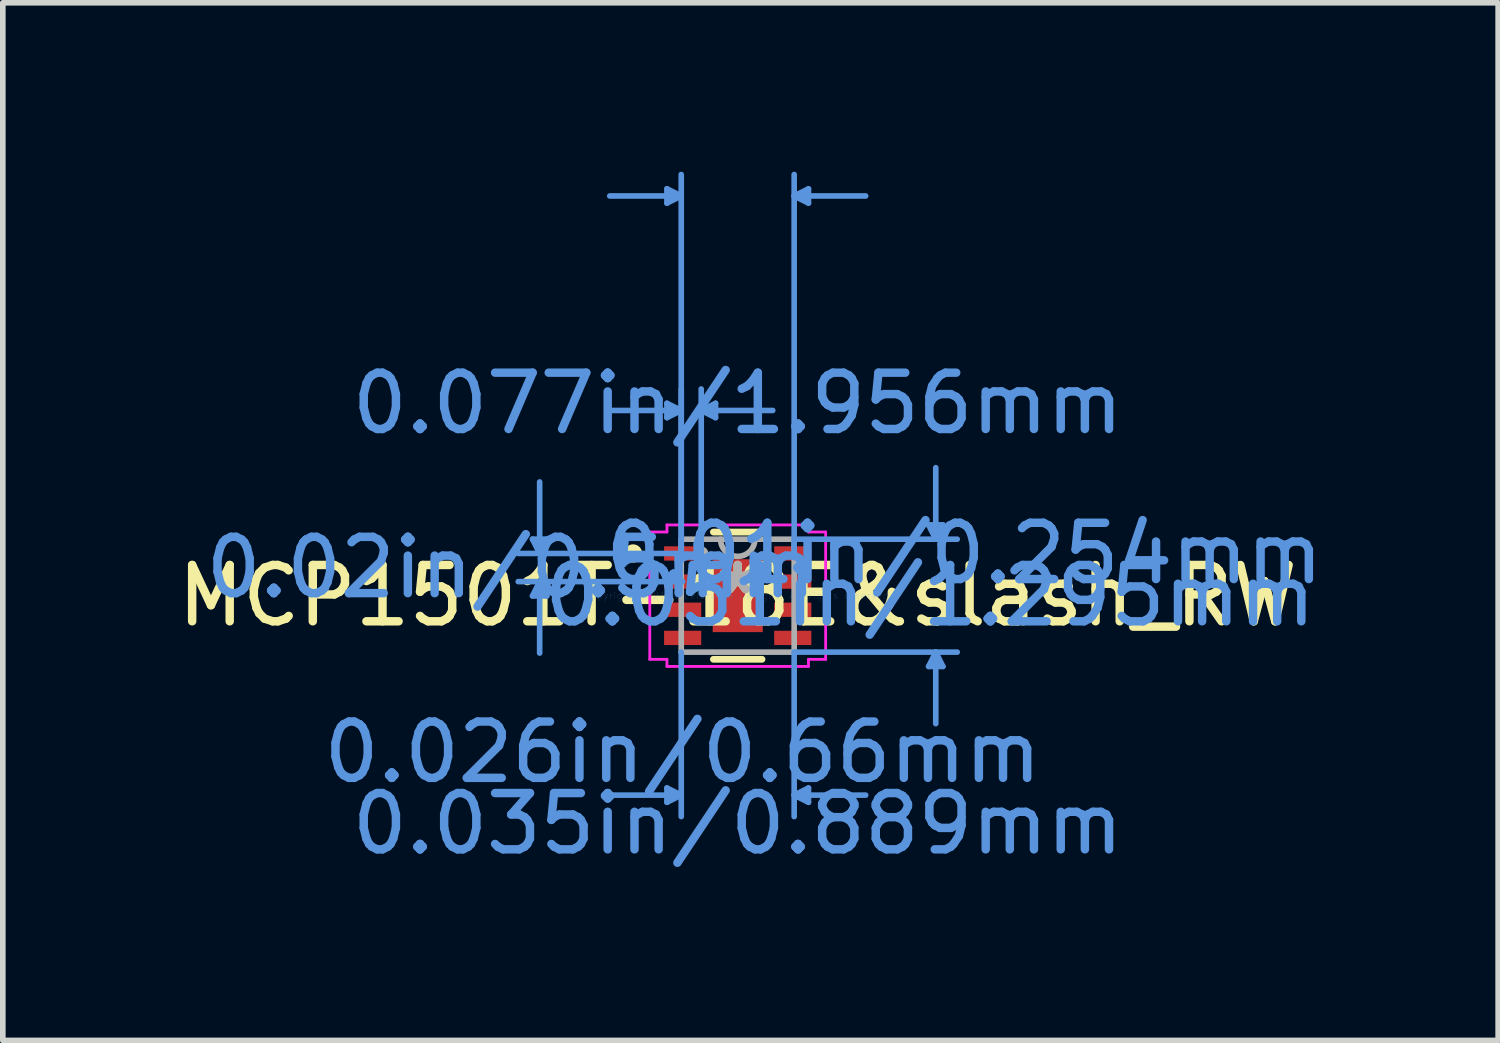
<source format=kicad_pcb>
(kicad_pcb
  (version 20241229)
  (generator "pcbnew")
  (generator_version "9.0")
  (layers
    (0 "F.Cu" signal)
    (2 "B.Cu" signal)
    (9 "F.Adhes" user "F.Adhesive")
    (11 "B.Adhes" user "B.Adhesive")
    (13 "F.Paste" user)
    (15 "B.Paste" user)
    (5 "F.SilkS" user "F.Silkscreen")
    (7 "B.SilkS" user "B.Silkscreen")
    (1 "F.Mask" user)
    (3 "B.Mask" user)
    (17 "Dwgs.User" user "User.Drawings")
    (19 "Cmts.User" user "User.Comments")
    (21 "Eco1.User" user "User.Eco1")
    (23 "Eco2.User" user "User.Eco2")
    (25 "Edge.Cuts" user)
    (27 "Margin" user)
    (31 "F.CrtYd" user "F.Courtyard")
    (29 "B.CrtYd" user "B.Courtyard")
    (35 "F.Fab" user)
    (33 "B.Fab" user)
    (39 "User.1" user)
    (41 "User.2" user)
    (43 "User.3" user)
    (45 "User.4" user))
  (footprint "MCP1501T-18E&slash_RW"
    (layer "F.Cu")
    (at 10.054 7.531)
    (property "Reference" "MCP1501T-18E&slash_RW" (at 0 0 0) (layer "F.SilkS") (effects (font (size 1 1) (thickness 0.15))))
    (attr through_hole)
    (fp_line (start -0.432 1.13) (end 0.432 1.13) (stroke (width 0.12) (type solid)) (layer "F.SilkS"))
    (fp_line (start 0.432 -1.13) (end -0.432 -1.13) (stroke (width 0.12) (type solid)) (layer "F.SilkS"))
    (fp_circle (center -1.859 -0.75) (end -1.757 -0.75) (stroke (width 0.12) (type solid)) (fill no) (layer "F.SilkS"))
    (fp_line (start -3.645 -1.004) (end -3.391 -1.004) (stroke (width 0.1) (type solid)) (layer "Cmts.User"))
    (fp_line (start -3.645 0.004) (end -3.391 0.004) (stroke (width 0.1) (type solid)) (layer "Cmts.User"))
    (fp_line (start -3.518 -0.75) (end -3.645 -1.004) (stroke (width 0.1) (type solid)) (layer "Cmts.User"))
    (fp_line (start -3.518 -0.75) (end -3.518 -2.02) (stroke (width 0.1) (type solid)) (layer "Cmts.User"))
    (fp_line (start -3.518 -0.75) (end -3.391 -1.004) (stroke (width 0.1) (type solid)) (layer "Cmts.User"))
    (fp_line (start -3.518 -0.25) (end -3.645 0.004) (stroke (width 0.1) (type solid)) (layer "Cmts.User"))
    (fp_line (start -3.518 -0.25) (end -3.518 1.02) (stroke (width 0.1) (type solid)) (layer "Cmts.User"))
    (fp_line (start -3.518 -0.25) (end -3.391 0.004) (stroke (width 0.1) (type solid)) (layer "Cmts.User"))
    (fp_line (start -1.257 -7.227) (end -1.257 -6.973) (stroke (width 0.1) (type solid)) (layer "Cmts.User"))
    (fp_line (start -1.257 -3.417) (end -1.257 -3.163) (stroke (width 0.1) (type solid)) (layer "Cmts.User"))
    (fp_line (start -1.257 3.416) (end -1.257 3.67) (stroke (width 0.1) (type solid)) (layer "Cmts.User"))
    (fp_line (start -1.003 -7.1) (end -2.273 -7.1) (stroke (width 0.1) (type solid)) (layer "Cmts.User"))
    (fp_line (start -1.003 -7.1) (end -1.257 -7.227) (stroke (width 0.1) (type solid)) (layer "Cmts.User"))
    (fp_line (start -1.003 -7.1) (end -1.257 -6.973) (stroke (width 0.1) (type solid)) (layer "Cmts.User"))
    (fp_line (start -1.003 -3.29) (end -2.273 -3.29) (stroke (width 0.1) (type solid)) (layer "Cmts.User"))
    (fp_line (start -1.003 -3.29) (end -1.257 -3.417) (stroke (width 0.1) (type solid)) (layer "Cmts.User"))
    (fp_line (start -1.003 -3.29) (end -1.257 -3.163) (stroke (width 0.1) (type solid)) (layer "Cmts.User"))
    (fp_line (start -1.003 -0.75) (end -1.003 -7.481) (stroke (width 0.1) (type solid)) (layer "Cmts.User"))
    (fp_line (start -1.003 -0.75) (end -1.003 -3.671) (stroke (width 0.1) (type solid)) (layer "Cmts.User"))
    (fp_line (start -1.003 1.003) (end -1.003 3.924) (stroke (width 0.1) (type solid)) (layer "Cmts.User"))
    (fp_line (start -1.003 3.543) (end -2.273 3.543) (stroke (width 0.1) (type solid)) (layer "Cmts.User"))
    (fp_line (start -1.003 3.543) (end -1.257 3.416) (stroke (width 0.1) (type solid)) (layer "Cmts.User"))
    (fp_line (start -1.003 3.543) (end -1.257 3.67) (stroke (width 0.1) (type solid)) (layer "Cmts.User"))
    (fp_line (start -0.978 -0.75) (end -3.899 -0.75) (stroke (width 0.1) (type solid)) (layer "Cmts.User"))
    (fp_line (start -0.978 -0.25) (end -3.899 -0.25) (stroke (width 0.1) (type solid)) (layer "Cmts.User"))
    (fp_line (start -0.648 -3.29) (end -0.394 -3.417) (stroke (width 0.1) (type solid)) (layer "Cmts.User"))
    (fp_line (start -0.648 -3.29) (end -0.394 -3.163) (stroke (width 0.1) (type solid)) (layer "Cmts.User"))
    (fp_line (start -0.648 -3.29) (end 0.622 -3.29) (stroke (width 0.1) (type solid)) (layer "Cmts.User"))
    (fp_line (start -0.648 -0.75) (end -0.648 -3.671) (stroke (width 0.1) (type solid)) (layer "Cmts.User"))
    (fp_line (start -0.394 -3.417) (end -0.394 -3.163) (stroke (width 0.1) (type solid)) (layer "Cmts.User"))
    (fp_line (start 1.003 -7.1) (end 1.257 -7.227) (stroke (width 0.1) (type solid)) (layer "Cmts.User"))
    (fp_line (start 1.003 -7.1) (end 1.257 -6.973) (stroke (width 0.1) (type solid)) (layer "Cmts.User"))
    (fp_line (start 1.003 -7.1) (end 2.273 -7.1) (stroke (width 0.1) (type solid)) (layer "Cmts.User"))
    (fp_line (start 1.003 -1.003) (end 3.899 -1.003) (stroke (width 0.1) (type solid)) (layer "Cmts.User"))
    (fp_line (start 1.003 -0.75) (end 1.003 -7.481) (stroke (width 0.1) (type solid)) (layer "Cmts.User"))
    (fp_line (start 1.003 1.003) (end 1.003 3.924) (stroke (width 0.1) (type solid)) (layer "Cmts.User"))
    (fp_line (start 1.003 1.003) (end 3.899 1.003) (stroke (width 0.1) (type solid)) (layer "Cmts.User"))
    (fp_line (start 1.003 3.543) (end 1.257 3.416) (stroke (width 0.1) (type solid)) (layer "Cmts.User"))
    (fp_line (start 1.003 3.543) (end 1.257 3.67) (stroke (width 0.1) (type solid)) (layer "Cmts.User"))
    (fp_line (start 1.003 3.543) (end 2.273 3.543) (stroke (width 0.1) (type solid)) (layer "Cmts.User"))
    (fp_line (start 1.257 -7.227) (end 1.257 -6.973) (stroke (width 0.1) (type solid)) (layer "Cmts.User"))
    (fp_line (start 1.257 3.416) (end 1.257 3.67) (stroke (width 0.1) (type solid)) (layer "Cmts.User"))
    (fp_line (start 3.391 -1.257) (end 3.645 -1.257) (stroke (width 0.1) (type solid)) (layer "Cmts.User"))
    (fp_line (start 3.391 1.257) (end 3.645 1.257) (stroke (width 0.1) (type solid)) (layer "Cmts.User"))
    (fp_line (start 3.518 -1.003) (end 3.391 -1.257) (stroke (width 0.1) (type solid)) (layer "Cmts.User"))
    (fp_line (start 3.518 -1.003) (end 3.518 -2.273) (stroke (width 0.1) (type solid)) (layer "Cmts.User"))
    (fp_line (start 3.518 -1.003) (end 3.645 -1.257) (stroke (width 0.1) (type solid)) (layer "Cmts.User"))
    (fp_line (start 3.518 1.003) (end 3.391 1.257) (stroke (width 0.1) (type solid)) (layer "Cmts.User"))
    (fp_line (start 3.518 1.003) (end 3.518 2.273) (stroke (width 0.1) (type solid)) (layer "Cmts.User"))
    (fp_line (start 3.518 1.003) (end 3.645 1.257) (stroke (width 0.1) (type solid)) (layer "Cmts.User"))
    (fp_line (start -1.562 -1.131) (end -1.257 -1.131) (stroke (width 0.05) (type solid)) (layer "F.CrtYd"))
    (fp_line (start -1.562 1.131) (end -1.562 -1.131) (stroke (width 0.05) (type solid)) (layer "F.CrtYd"))
    (fp_line (start -1.257 -1.257) (end 1.257 -1.257) (stroke (width 0.05) (type solid)) (layer "F.CrtYd"))
    (fp_line (start -1.257 -1.131) (end -1.257 -1.257) (stroke (width 0.05) (type solid)) (layer "F.CrtYd"))
    (fp_line (start -1.257 1.131) (end -1.562 1.131) (stroke (width 0.05) (type solid)) (layer "F.CrtYd"))
    (fp_line (start -1.257 1.257) (end -1.257 1.131) (stroke (width 0.05) (type solid)) (layer "F.CrtYd"))
    (fp_line (start 1.257 -1.257) (end 1.257 -1.131) (stroke (width 0.05) (type solid)) (layer "F.CrtYd"))
    (fp_line (start 1.257 -1.131) (end 1.562 -1.131) (stroke (width 0.05) (type solid)) (layer "F.CrtYd"))
    (fp_line (start 1.257 1.131) (end 1.257 1.257) (stroke (width 0.05) (type solid)) (layer "F.CrtYd"))
    (fp_line (start 1.257 1.257) (end -1.257 1.257) (stroke (width 0.05) (type solid)) (layer "F.CrtYd"))
    (fp_line (start 1.562 -1.131) (end 1.562 1.131) (stroke (width 0.05) (type solid)) (layer "F.CrtYd"))
    (fp_line (start 1.562 1.131) (end 1.257 1.131) (stroke (width 0.05) (type solid)) (layer "F.CrtYd"))
    (fp_line (start -1.003 -1.003) (end -1.003 1.003) (stroke (width 0.1) (type solid)) (layer "F.Fab"))
    (fp_line (start -1.003 1.003) (end 1.003 1.003) (stroke (width 0.1) (type solid)) (layer "F.Fab"))
    (fp_line (start 1.003 -1.003) (end -1.003 -1.003) (stroke (width 0.1) (type solid)) (layer "F.Fab"))
    (fp_line (start 1.003 1.003) (end 1.003 -1.003) (stroke (width 0.1) (type solid)) (layer "F.Fab"))
    (fp_arc (start 0.3048 -1.0033) (mid 0 -0.6985) (end -0.3048 -1.0033) (stroke (width 0.1) (type solid)) (layer "F.Fab"))
    (fp_circle (center -0.648 -0.75) (end -0.572 -0.75) (stroke (width 0.1) (type solid)) (fill no) (layer "F.Fab"))
    (fp_text user "*" (at 0 0 0) (layer "F.SilkS") (effects (font (size 1 1) (thickness 0.15))))
    (fp_text user "Copyright 2021 Accelerated Designs. All rights reserved." (at 0 0 0) (layer "Cmts.User") (effects (font (size 0.127 0.127) (thickness 0.002))))
    (fp_text user "0.035in/0.889mm" (at 0 4.051 0) (layer "Cmts.User") (effects (font (size 1 1) (thickness 0.15))))
    (fp_text user "0.026in/0.66mm" (at -0.978 2.781 0) (layer "Cmts.User") (effects (font (size 1 1) (thickness 0.15))))
    (fp_text user "0.051in/1.295mm" (at 3.416 0 0) (layer "Cmts.User") (effects (font (size 1 1) (thickness 0.15))))
    (fp_text user "0.077in/1.956mm" (at 0 -3.416 0) (layer "Cmts.User") (effects (font (size 1 1) (thickness 0.15))))
    (fp_text user "0.01in/0.254mm" (at 4.026 -0.75 0) (layer "Cmts.User") (effects (font (size 1 1) (thickness 0.15))))
    (fp_text user "0.02in/0.5mm" (at -4.026 -0.5 0) (layer "Cmts.User") (effects (font (size 1 1) (thickness 0.15))))
    (fp_text user "*" (at 0 0 0) (layer "F.Fab") (effects (font (size 1 1) (thickness 0.15))))
    (pad "1" smd rect (at -0.978 -0.75) (size 0.66 0.254) (layers "F.Cu" "F.Mask" "F.Paste"))
    (pad "2" smd rect (at -0.978 -0.25) (size 0.66 0.254) (layers "F.Cu" "F.Mask" "F.Paste"))
    (pad "3" smd rect (at -0.978 0.25) (size 0.66 0.254) (layers "F.Cu" "F.Mask" "F.Paste"))
    (pad "4" smd rect (at -0.978 0.75) (size 0.66 0.254) (layers "F.Cu" "F.Mask" "F.Paste"))
    (pad "5" smd rect (at 0.978 0.75) (size 0.66 0.254) (layers "F.Cu" "F.Mask" "F.Paste"))
    (pad "6" smd rect (at 0.978 0.25) (size 0.66 0.254) (layers "F.Cu" "F.Mask" "F.Paste"))
    (pad "7" smd rect (at 0.978 -0.25) (size 0.66 0.254) (layers "F.Cu" "F.Mask" "F.Paste"))
    (pad "8" smd rect (at 0.978 -0.75) (size 0.66 0.254) (layers "F.Cu" "F.Mask" "F.Paste"))
    (pad "9" smd rect (at 0 0) (size 0.889 1.295) (layers "F.Cu" "F.Mask" "F.Paste")))
  (gr_rect
    (start -3 -3)
    (end 23.562 15.431)
    (stroke (width 0.1) (type default))
    (fill no)
    (layer "Edge.Cuts")))
</source>
